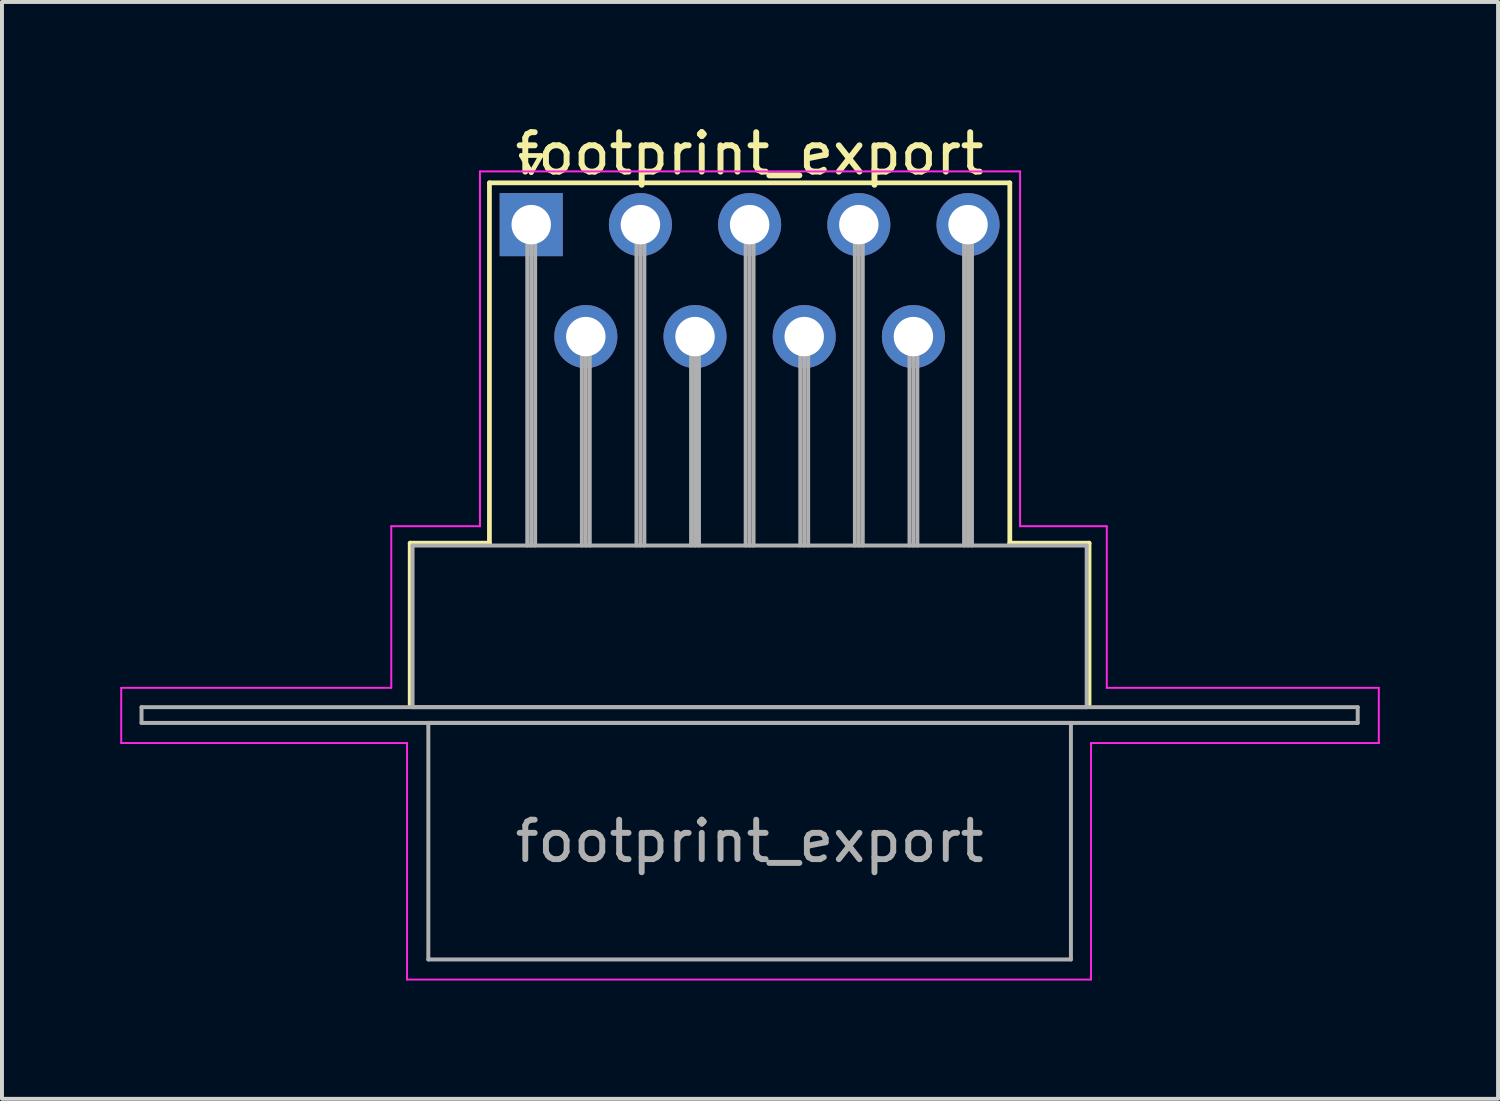
<source format=kicad_pcb>
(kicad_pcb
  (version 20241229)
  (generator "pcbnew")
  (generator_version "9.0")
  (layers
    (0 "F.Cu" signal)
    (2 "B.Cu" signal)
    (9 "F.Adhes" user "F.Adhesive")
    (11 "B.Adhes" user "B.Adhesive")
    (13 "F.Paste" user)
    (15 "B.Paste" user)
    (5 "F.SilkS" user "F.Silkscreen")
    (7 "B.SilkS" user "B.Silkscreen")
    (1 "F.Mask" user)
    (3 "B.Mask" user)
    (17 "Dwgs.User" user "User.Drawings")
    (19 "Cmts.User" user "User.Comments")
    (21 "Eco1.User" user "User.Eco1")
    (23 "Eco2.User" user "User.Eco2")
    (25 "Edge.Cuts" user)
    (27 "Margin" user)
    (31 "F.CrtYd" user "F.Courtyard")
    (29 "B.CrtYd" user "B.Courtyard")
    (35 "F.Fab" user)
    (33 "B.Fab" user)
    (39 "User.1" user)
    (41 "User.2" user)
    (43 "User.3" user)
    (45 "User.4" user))
  (footprint "footprint_export"
    (layer "F.Cu")
    (at 10.425 2.648)
    (property "Reference" "footprint_export" (at 5.54 -1.8 0) (layer "F.SilkS") (effects (font (size 1 1) (thickness 0.15))))
    (attr through_hole)
    (fp_line (start -3.07 8.08) (end -1.06 8.08) (stroke (width 0.12) (type solid)) (layer "F.SilkS"))
    (fp_line (start -3.07 12.18) (end -3.07 8.08) (stroke (width 0.12) (type solid)) (layer "F.SilkS"))
    (fp_line (start -1.06 -1.06) (end 12.14 -1.06) (stroke (width 0.12) (type solid)) (layer "F.SilkS"))
    (fp_line (start -1.06 8.08) (end -1.06 -1.06) (stroke (width 0.12) (type solid)) (layer "F.SilkS"))
    (fp_line (start -0.25 -1.754) (end 0.25 -1.754) (stroke (width 0.12) (type solid)) (layer "F.SilkS"))
    (fp_line (start 0 -1.321) (end -0.25 -1.754) (stroke (width 0.12) (type solid)) (layer "F.SilkS"))
    (fp_line (start 0.25 -1.754) (end 0 -1.321) (stroke (width 0.12) (type solid)) (layer "F.SilkS"))
    (fp_line (start 12.14 -1.06) (end 12.14 8.08) (stroke (width 0.12) (type solid)) (layer "F.SilkS"))
    (fp_line (start 12.14 8.08) (end 14.15 8.08) (stroke (width 0.12) (type solid)) (layer "F.SilkS"))
    (fp_line (start 14.15 8.08) (end 14.15 12.18) (stroke (width 0.12) (type solid)) (layer "F.SilkS"))
    (fp_line (start -10.4 11.75) (end -3.55 11.75) (stroke (width 0.05) (type solid)) (layer "F.CrtYd"))
    (fp_line (start -10.4 13.15) (end -10.4 11.75) (stroke (width 0.05) (type solid)) (layer "F.CrtYd"))
    (fp_line (start -3.55 7.65) (end -1.3 7.65) (stroke (width 0.05) (type solid)) (layer "F.CrtYd"))
    (fp_line (start -3.55 11.75) (end -3.55 7.65) (stroke (width 0.05) (type solid)) (layer "F.CrtYd"))
    (fp_line (start -3.15 13.15) (end -10.4 13.15) (stroke (width 0.05) (type solid)) (layer "F.CrtYd"))
    (fp_line (start -3.15 19.15) (end -3.15 13.15) (stroke (width 0.05) (type solid)) (layer "F.CrtYd"))
    (fp_line (start -1.3 -1.35) (end 12.4 -1.35) (stroke (width 0.05) (type solid)) (layer "F.CrtYd"))
    (fp_line (start -1.3 7.65) (end -1.3 -1.35) (stroke (width 0.05) (type solid)) (layer "F.CrtYd"))
    (fp_line (start 12.4 -1.35) (end 12.4 7.65) (stroke (width 0.05) (type solid)) (layer "F.CrtYd"))
    (fp_line (start 12.4 7.65) (end 14.6 7.65) (stroke (width 0.05) (type solid)) (layer "F.CrtYd"))
    (fp_line (start 14.2 13.15) (end 14.2 19.15) (stroke (width 0.05) (type solid)) (layer "F.CrtYd"))
    (fp_line (start 14.2 19.15) (end -3.15 19.15) (stroke (width 0.05) (type solid)) (layer "F.CrtYd"))
    (fp_line (start 14.6 7.65) (end 14.6 11.75) (stroke (width 0.05) (type solid)) (layer "F.CrtYd"))
    (fp_line (start 14.6 11.75) (end 21.5 11.75) (stroke (width 0.05) (type solid)) (layer "F.CrtYd"))
    (fp_line (start 21.5 11.75) (end 21.5 13.15) (stroke (width 0.05) (type solid)) (layer "F.CrtYd"))
    (fp_line (start 21.5 13.15) (end 14.2 13.15) (stroke (width 0.05) (type solid)) (layer "F.CrtYd"))
    (fp_line (start -9.885 12.24) (end -9.885 12.64) (stroke (width 0.1) (type solid)) (layer "F.Fab"))
    (fp_line (start -9.885 12.64) (end 20.965 12.64) (stroke (width 0.1) (type solid)) (layer "F.Fab"))
    (fp_line (start -3.01 8.14) (end -3.01 12.24) (stroke (width 0.1) (type solid)) (layer "F.Fab"))
    (fp_line (start -3.01 12.24) (end 14.09 12.24) (stroke (width 0.1) (type solid)) (layer "F.Fab"))
    (fp_line (start -2.61 12.64) (end -2.61 18.64) (stroke (width 0.1) (type solid)) (layer "F.Fab"))
    (fp_line (start -2.61 18.64) (end 13.69 18.64) (stroke (width 0.1) (type solid)) (layer "F.Fab"))
    (fp_line (start -0.1 0) (end -0.1 8.14) (stroke (width 0.1) (type solid)) (layer "F.Fab"))
    (fp_line (start 0 0) (end 0 8.14) (stroke (width 0.1) (type solid)) (layer "F.Fab"))
    (fp_line (start 0.1 0) (end 0.1 8.14) (stroke (width 0.1) (type solid)) (layer "F.Fab"))
    (fp_line (start 1.285 2.84) (end 1.285 8.14) (stroke (width 0.1) (type solid)) (layer "F.Fab"))
    (fp_line (start 1.385 2.84) (end 1.385 8.14) (stroke (width 0.1) (type solid)) (layer "F.Fab"))
    (fp_line (start 1.485 2.84) (end 1.485 8.14) (stroke (width 0.1) (type solid)) (layer "F.Fab"))
    (fp_line (start 2.67 0) (end 2.67 8.14) (stroke (width 0.1) (type solid)) (layer "F.Fab"))
    (fp_line (start 2.77 0) (end 2.77 8.14) (stroke (width 0.1) (type solid)) (layer "F.Fab"))
    (fp_line (start 2.87 0) (end 2.87 8.14) (stroke (width 0.1) (type solid)) (layer "F.Fab"))
    (fp_line (start 4.055 2.84) (end 4.055 8.14) (stroke (width 0.1) (type solid)) (layer "F.Fab"))
    (fp_line (start 4.155 2.84) (end 4.155 8.14) (stroke (width 0.1) (type solid)) (layer "F.Fab"))
    (fp_line (start 4.255 2.84) (end 4.255 8.14) (stroke (width 0.1) (type solid)) (layer "F.Fab"))
    (fp_line (start 5.44 0) (end 5.44 8.14) (stroke (width 0.1) (type solid)) (layer "F.Fab"))
    (fp_line (start 5.54 0) (end 5.54 8.14) (stroke (width 0.1) (type solid)) (layer "F.Fab"))
    (fp_line (start 5.64 0) (end 5.64 8.14) (stroke (width 0.1) (type solid)) (layer "F.Fab"))
    (fp_line (start 6.825 2.84) (end 6.825 8.14) (stroke (width 0.1) (type solid)) (layer "F.Fab"))
    (fp_line (start 6.925 2.84) (end 6.925 8.14) (stroke (width 0.1) (type solid)) (layer "F.Fab"))
    (fp_line (start 7.025 2.84) (end 7.025 8.14) (stroke (width 0.1) (type solid)) (layer "F.Fab"))
    (fp_line (start 8.21 0) (end 8.21 8.14) (stroke (width 0.1) (type solid)) (layer "F.Fab"))
    (fp_line (start 8.31 0) (end 8.31 8.14) (stroke (width 0.1) (type solid)) (layer "F.Fab"))
    (fp_line (start 8.41 0) (end 8.41 8.14) (stroke (width 0.1) (type solid)) (layer "F.Fab"))
    (fp_line (start 9.595 2.84) (end 9.595 8.14) (stroke (width 0.1) (type solid)) (layer "F.Fab"))
    (fp_line (start 9.695 2.84) (end 9.695 8.14) (stroke (width 0.1) (type solid)) (layer "F.Fab"))
    (fp_line (start 9.795 2.84) (end 9.795 8.14) (stroke (width 0.1) (type solid)) (layer "F.Fab"))
    (fp_line (start 10.98 0) (end 10.98 8.14) (stroke (width 0.1) (type solid)) (layer "F.Fab"))
    (fp_line (start 11.08 0) (end 11.08 8.14) (stroke (width 0.1) (type solid)) (layer "F.Fab"))
    (fp_line (start 11.18 0) (end 11.18 8.14) (stroke (width 0.1) (type solid)) (layer "F.Fab"))
    (fp_line (start 13.69 12.64) (end -2.61 12.64) (stroke (width 0.1) (type solid)) (layer "F.Fab"))
    (fp_line (start 13.69 18.64) (end 13.69 12.64) (stroke (width 0.1) (type solid)) (layer "F.Fab"))
    (fp_line (start 14.09 8.14) (end -3.01 8.14) (stroke (width 0.1) (type solid)) (layer "F.Fab"))
    (fp_line (start 14.09 12.24) (end 14.09 8.14) (stroke (width 0.1) (type solid)) (layer "F.Fab"))
    (fp_line (start 20.965 12.24) (end -9.885 12.24) (stroke (width 0.1) (type solid)) (layer "F.Fab"))
    (fp_line (start 20.965 12.64) (end 20.965 12.24) (stroke (width 0.1) (type solid)) (layer "F.Fab"))
    (fp_text user "${REFERENCE}" (at 5.54 15.64 0) (layer "F.Fab") (effects (font (size 1 1) (thickness 0.15))))
    (pad "1" thru_hole rect (at 0 0) (size 1.6 1.6) (drill 1) (layers "*.Cu" "*.Mask"))
    (pad "2" thru_hole circle (at 2.77 0) (size 1.6 1.6) (drill 1) (layers "*.Cu" "*.Mask"))
    (pad "3" thru_hole circle (at 5.54 0) (size 1.6 1.6) (drill 1) (layers "*.Cu" "*.Mask"))
    (pad "4" thru_hole circle (at 8.31 0) (size 1.6 1.6) (drill 1) (layers "*.Cu" "*.Mask"))
    (pad "5" thru_hole circle (at 11.08 0) (size 1.6 1.6) (drill 1) (layers "*.Cu" "*.Mask"))
    (pad "6" thru_hole circle (at 1.385 2.84) (size 1.6 1.6) (drill 1) (layers "*.Cu" "*.Mask"))
    (pad "7" thru_hole circle (at 4.155 2.84) (size 1.6 1.6) (drill 1) (layers "*.Cu" "*.Mask"))
    (pad "8" thru_hole circle (at 6.925 2.84) (size 1.6 1.6) (drill 1) (layers "*.Cu" "*.Mask"))
    (pad "9" thru_hole circle (at 9.695 2.84) (size 1.6 1.6) (drill 1) (layers "*.Cu" "*.Mask")))
  (gr_rect
    (start -3 -3)
    (end 34.95 24.823)
    (stroke (width 0.1) (type default))
    (fill no)
    (layer "Edge.Cuts")))
</source>
